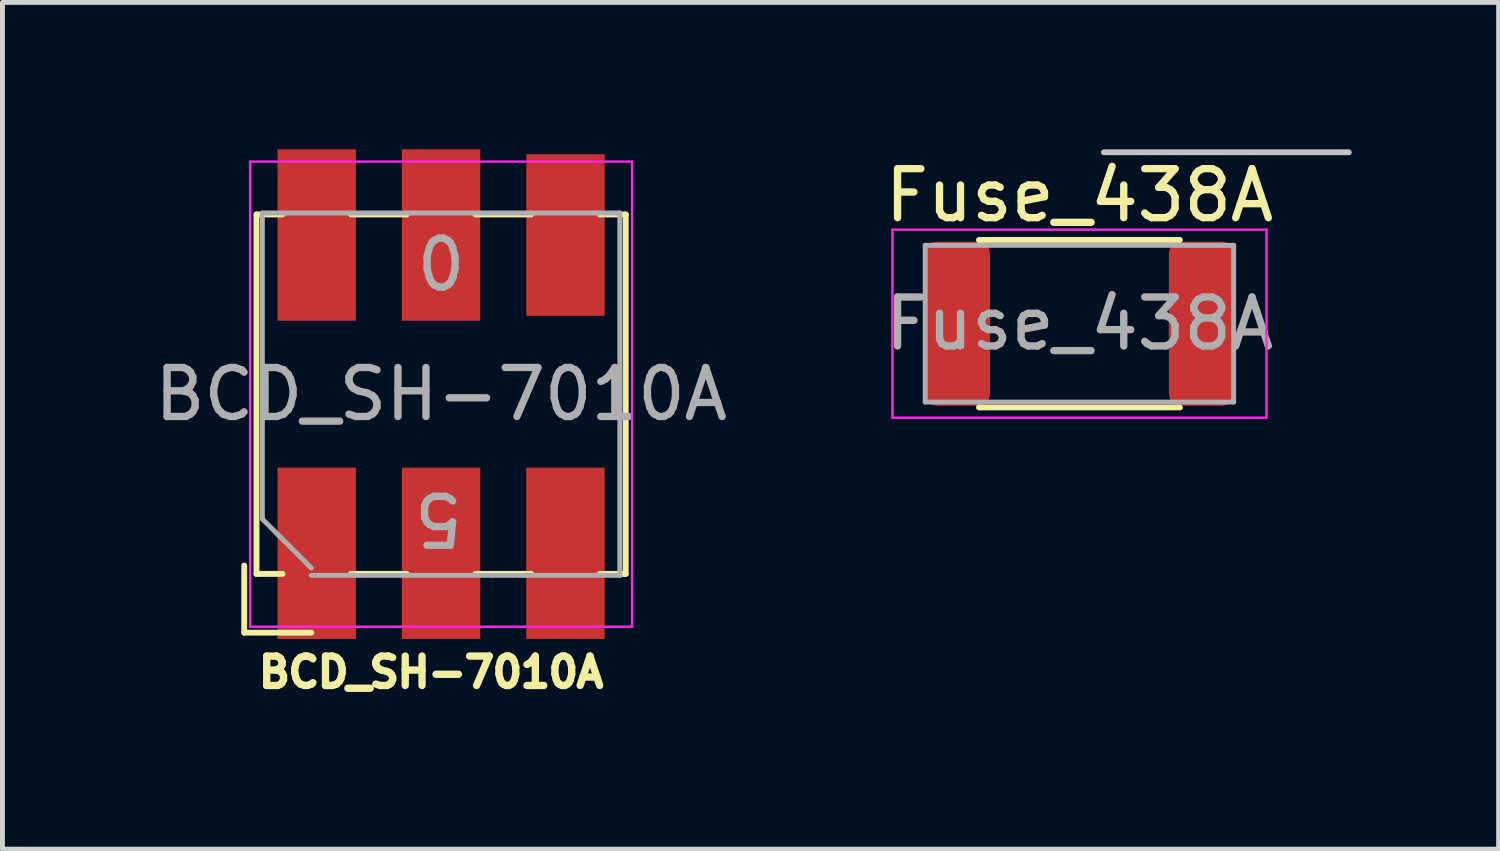
<source format=kicad_pcb>
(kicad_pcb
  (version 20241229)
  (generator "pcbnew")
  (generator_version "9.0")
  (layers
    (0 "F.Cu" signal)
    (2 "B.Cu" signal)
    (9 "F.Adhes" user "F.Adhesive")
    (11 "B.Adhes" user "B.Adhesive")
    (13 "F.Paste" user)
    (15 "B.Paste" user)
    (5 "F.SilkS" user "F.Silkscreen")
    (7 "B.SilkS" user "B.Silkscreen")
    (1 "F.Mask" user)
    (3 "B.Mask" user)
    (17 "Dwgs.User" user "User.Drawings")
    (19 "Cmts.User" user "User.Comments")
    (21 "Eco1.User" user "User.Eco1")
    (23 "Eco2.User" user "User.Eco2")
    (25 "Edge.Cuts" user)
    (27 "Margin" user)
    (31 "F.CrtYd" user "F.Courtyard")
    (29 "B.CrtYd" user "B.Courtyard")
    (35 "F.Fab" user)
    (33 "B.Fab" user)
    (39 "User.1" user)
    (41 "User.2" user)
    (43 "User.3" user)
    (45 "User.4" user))
  (footprint "Fuse_438A"
    (layer "F.Cu")
    (at 18.994 3.56)
    (property "Reference" "Fuse_438A" (at 0 -2.62 180) (layer "F.SilkS") (effects (font (size 1 1) (thickness 0.15))))
    (attr smd)
    (fp_line (start -2.052 -1.71) (end 2.052 -1.71) (stroke (width 0.12) (type solid)) (layer "F.SilkS"))
    (fp_line (start -2.052 1.71) (end 2.052 1.71) (stroke (width 0.12) (type solid)) (layer "F.SilkS"))
    (fp_line (start 0.5 -3.5) (end 5.5 -3.5) (stroke (width 0.12) (type solid)) (layer "Dwgs.User"))
    (fp_line (start -3.82 -1.92) (end 3.82 -1.92) (stroke (width 0.05) (type solid)) (layer "F.CrtYd"))
    (fp_line (start -3.82 1.92) (end -3.82 -1.92) (stroke (width 0.05) (type solid)) (layer "F.CrtYd"))
    (fp_line (start 3.82 -1.92) (end 3.82 1.92) (stroke (width 0.05) (type solid)) (layer "F.CrtYd"))
    (fp_line (start 3.82 1.92) (end -3.82 1.92) (stroke (width 0.05) (type solid)) (layer "F.CrtYd"))
    (fp_line (start -3.15 -1.6) (end 3.15 -1.6) (stroke (width 0.1) (type solid)) (layer "F.Fab"))
    (fp_line (start -3.15 1.6) (end -3.15 -1.6) (stroke (width 0.1) (type solid)) (layer "F.Fab"))
    (fp_line (start 3.15 -1.6) (end 3.15 1.6) (stroke (width 0.1) (type solid)) (layer "F.Fab"))
    (fp_line (start 3.15 1.6) (end -3.15 1.6) (stroke (width 0.1) (type solid)) (layer "F.Fab"))
    (fp_text user "${REFERENCE}" (at 0 0 180) (layer "F.Fab") (effects (font (size 1 1) (thickness 0.15))))
    (pad "1" smd roundrect (at -2.5 0) (size 1.35 3.35) (layers "F.Cu" "F.Mask" "F.Paste") (roundrect_rratio 0.185))
    (pad "2" smd roundrect (at 2.5 0) (size 1.35 3.35) (layers "F.Cu" "F.Mask" "F.Paste") (roundrect_rratio 0.185)))
  (footprint "BCD_SH-7010A"
    (layer "F.Cu")
    (at 5.958 5)
    (property "Reference" "BCD_SH-7010A" (at -0.204 5.678 180) (layer "F.SilkS") (effects (font (size 0.6 0.6) (thickness 0.15))))
    (attr smd)
    (fp_line (start -4.02 4.87) (end -4.02 3.5) (stroke (width 0.12) (type solid)) (layer "F.SilkS"))
    (fp_line (start -3.77 -3.67) (end -3.24 -3.67) (stroke (width 0.12) (type solid)) (layer "F.SilkS"))
    (fp_line (start -3.77 3.67) (end -3.77 -3.67) (stroke (width 0.12) (type solid)) (layer "F.SilkS"))
    (fp_line (start -3.24 3.67) (end -3.77 3.67) (stroke (width 0.12) (type solid)) (layer "F.SilkS"))
    (fp_line (start -2.65 4.87) (end -4.02 4.87) (stroke (width 0.12) (type solid)) (layer "F.SilkS"))
    (fp_line (start -1.84 -3.67) (end -0.7 -3.67) (stroke (width 0.12) (type solid)) (layer "F.SilkS"))
    (fp_line (start -1.84 3.67) (end -0.7 3.67) (stroke (width 0.12) (type solid)) (layer "F.SilkS"))
    (fp_line (start 0.7 -3.67) (end 1.84 -3.67) (stroke (width 0.12) (type solid)) (layer "F.SilkS"))
    (fp_line (start 0.7 3.67) (end 1.84 3.67) (stroke (width 0.12) (type solid)) (layer "F.SilkS"))
    (fp_line (start 3.24 3.67) (end 3.77 3.67) (stroke (width 0.12) (type solid)) (layer "F.SilkS"))
    (fp_line (start 3.77 -3.67) (end 3.24 -3.67) (stroke (width 0.12) (type solid)) (layer "F.SilkS"))
    (fp_line (start 3.77 3.67) (end 3.77 -3.67) (stroke (width 0.12) (type solid)) (layer "F.SilkS"))
    (fp_line (start -3.9 -4.75) (end -3.9 4.75) (stroke (width 0.05) (type solid)) (layer "F.CrtYd"))
    (fp_line (start -3.9 4.75) (end 3.9 4.75) (stroke (width 0.05) (type solid)) (layer "F.CrtYd"))
    (fp_line (start 3.9 -4.75) (end -3.9 -4.75) (stroke (width 0.05) (type solid)) (layer "F.CrtYd"))
    (fp_line (start 3.9 4.75) (end 3.9 -4.75) (stroke (width 0.05) (type solid)) (layer "F.CrtYd"))
    (fp_line (start -3.65 -3.7) (end 3.65 -3.7) (stroke (width 0.1) (type solid)) (layer "F.Fab"))
    (fp_line (start -3.65 2.55) (end -3.65 -3.7) (stroke (width 0.1) (type solid)) (layer "F.Fab"))
    (fp_line (start -3.335 2.865) (end -3.65 2.55) (stroke (width 0.1) (type solid)) (layer "F.Fab"))
    (fp_line (start -2.65 3.55) (end -3.335 2.865) (stroke (width 0.1) (type solid)) (layer "F.Fab"))
    (fp_line (start 3.65 -3.7) (end 3.65 3.7) (stroke (width 0.1) (type solid)) (layer "F.Fab"))
    (fp_line (start 3.65 3.7) (end -2.65 3.7) (stroke (width 0.1) (type solid)) (layer "F.Fab"))
    (fp_text user "${REFERENCE}" (at 0 0 180) (layer "F.Fab") (effects (font (size 1 1) (thickness 0.15))))
    (fp_text user "0" (at 0 -2.642 0) (unlocked yes) (layer "F.Fab") (effects (font (size 1 1) (thickness 0.15))))
    (fp_text user "5" (at -0.051 2.54 180) (unlocked yes) (layer "F.Fab") (effects (font (size 1 1) (thickness 0.15))))
    (pad "1" smd rect (at 2.54 -3.25 90) (size 3.3 1.6) (layers "F.Cu" "F.Mask" "F.Paste"))
    (pad "2" smd rect (at -2.54 3.25 90) (size 3.5 1.6) (layers "F.Cu" "F.Mask" "F.Paste"))
    (pad "4" smd rect (at -2.54 -3.25 90) (size 3.5 1.6) (layers "F.Cu" "F.Mask" "F.Paste"))
    (pad "8" smd rect (at 2.54 3.25 90) (size 3.5 1.6) (layers "F.Cu" "F.Mask" "F.Paste"))
    (pad "C" smd rect (at 0 -3.25 90) (size 3.5 1.6) (layers "F.Cu" "F.Mask" "F.Paste"))
    (pad "C" smd rect (at 0 3.25 90) (size 3.5 1.6) (layers "F.Cu" "F.Mask" "F.Paste")))
  (gr_rect
    (start -3 -3)
    (end 27.554 14.292)
    (stroke (width 0.1) (type default))
    (fill no)
    (layer "Edge.Cuts")))
</source>
